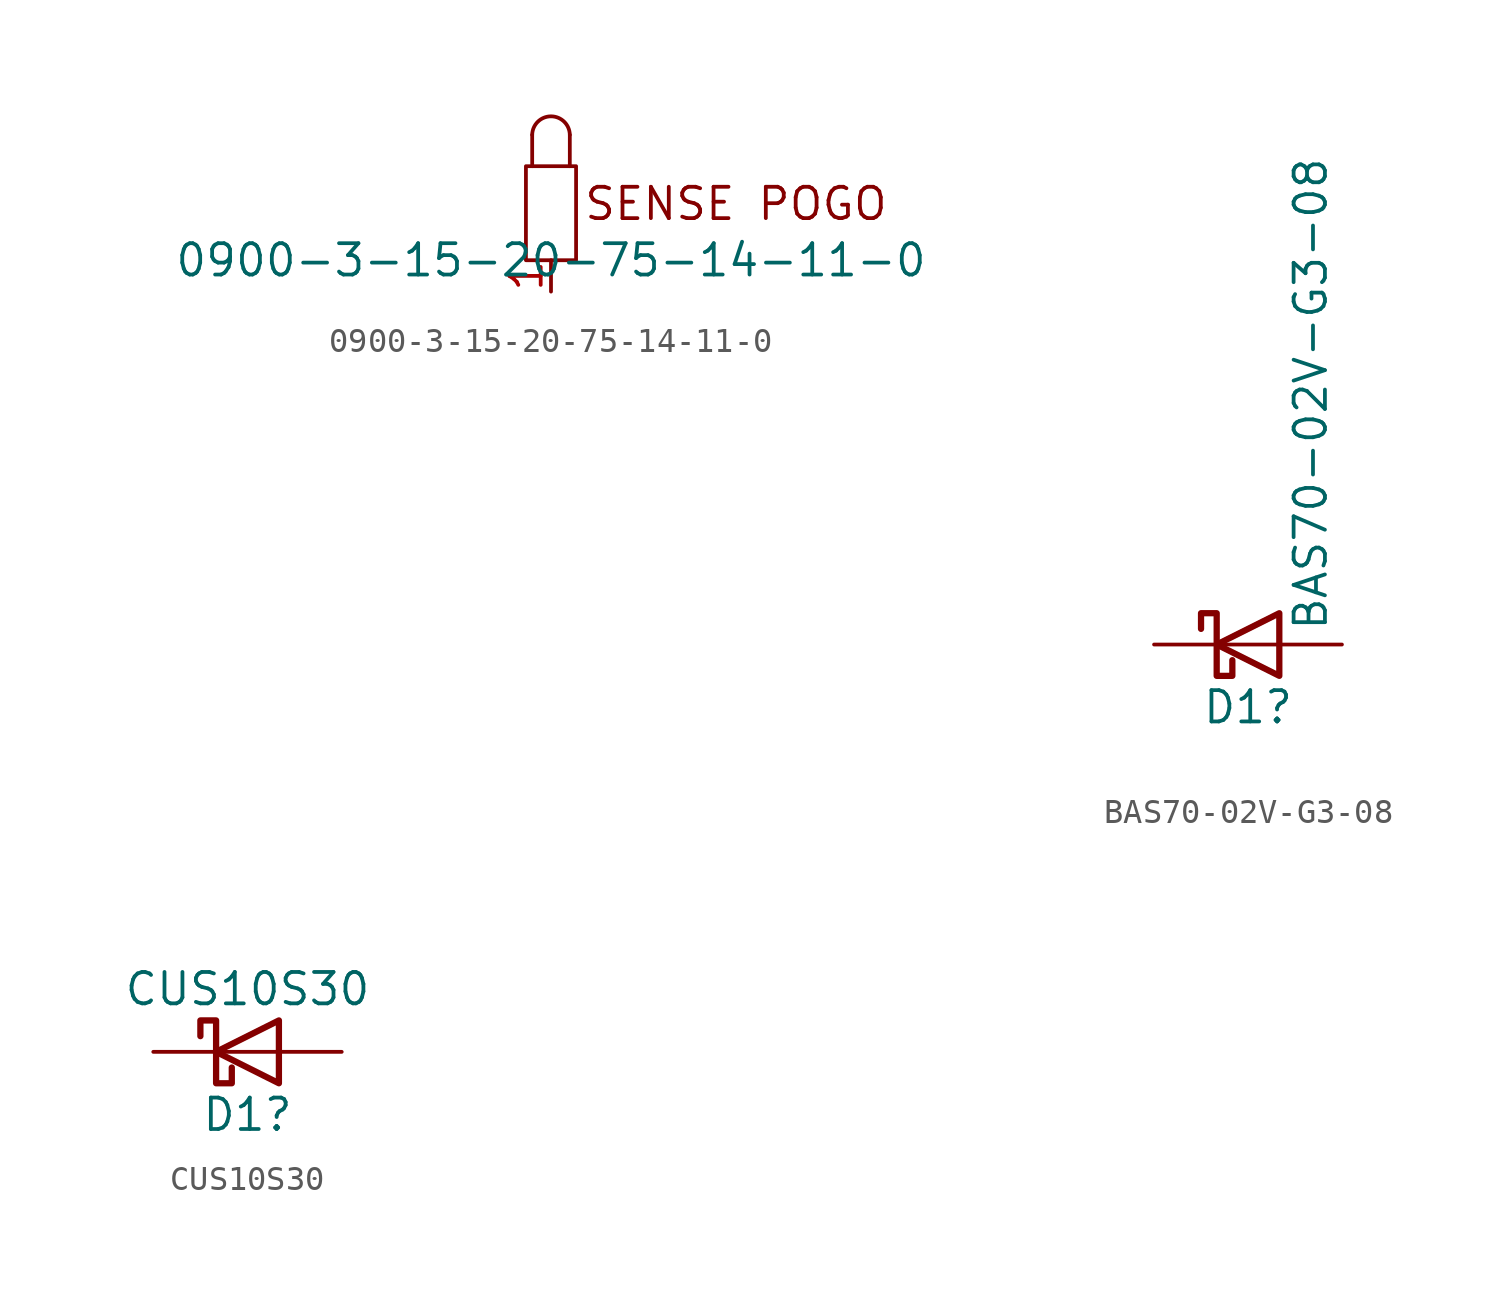
<source format=kicad_sym>
(kicad_symbol_lib
  (version 20231120)
  (generator "kicad_symbol_editor")
  (generator_version "8.0")
  (symbol "0900-3-15-20-75-14-11-0"
    (property "Reference" "U"
      (at 0 0 0)
      (effects (font (size 1.27 1.27)) (hide yes)))
    (property "Value" "0900-3-15-20-75-14-11-0"
      (at 0 0 0)
      (effects (font (size 1.27 1.27))))
    (symbol "0900-3-15-20-75-14-11-0_0_1"
      (rectangle (start -1.016 3.81) (end 1.016 0) (stroke (width 0) (type default)) (fill (type none)))
      (polyline (pts (xy -0.762 5.08) (xy -0.762 3.81)) (stroke (width 0) (type default)) (fill (type none)))
      (polyline (pts (xy 0.762 5.08) (xy 0.762 3.81)) (stroke (width 0) (type default)) (fill (type none)))
      (arc (start 0.762 5.08) (mid 0 5.8298) (end -0.762 5.08) (stroke (width 0) (type default)) (fill (type none))))
    (symbol "0900-3-15-20-75-14-11-0_1_1"
      (text "SENSE POGO" (at 7.493 2.286 0) (effects (font (size 1.27 1.27))))
      (pin passive line (at 0 -1.27 90) (length 1.27) (name "" (effects (font (size 1.27 1.27)))) (number "1" (effects (font (size 1.27 1.27)))))))
  (symbol "BAS70-02V-G3-08"
    (pin_numbers hide)
    (pin_names hide)
    (property "Reference" "D1"
      (at 0 -2.54 0)
      (effects (font (size 1.27 1.27))))
    (property "Value" "BAS70-02V-G3-08"
      (at 2.54 10.16 90)
      (do_not_autoplace)
      (effects (font (size 1.27 1.27))))
    (symbol "BAS70-02V-G3-08_0_1"
      (polyline (pts (xy 1.27 0) (xy -1.27 0)) (stroke (width 0) (type default)) (fill (type none)))
      (polyline (pts (xy 1.27 1.27) (xy 1.27 -1.27) (xy -1.27 0) (xy 1.27 1.27)) (stroke (width 0.254) (type default)) (fill (type none)))
      (polyline (pts (xy -1.905 0.635) (xy -1.905 1.27) (xy -1.27 1.27) (xy -1.27 -1.27) (xy -0.635 -1.27) (xy -0.635 -0.635)) (stroke (width 0.254) (type default)) (fill (type none))))
    (symbol "BAS70-02V-G3-08_1_1"
      (pin passive line (at 3.81 0 180) (length 2.54) (name "A" (effects (font (size 1.27 1.27)))) (number "0" (effects (font (size 1.27 1.27)))))
      (pin passive line (at -3.81 0 0) (length 2.54) (name "C" (effects (font (size 1.27 1.27)))) (number "1" (effects (font (size 1.27 1.27)))))))
  (symbol "CUS10S30"
    (pin_numbers hide)
    (pin_names hide)
    (property "Reference" "D1"
      (at 0 -2.54 0)
      (effects (font (size 1.27 1.27))))
    (property "Value" "CUS10S30"
      (at 0 2.54 0)
      (effects (font (size 1.27 1.27))))
    (symbol "CUS10S30_0_1"
      (polyline (pts (xy 1.27 0) (xy -1.27 0)) (stroke (width 0) (type default)) (fill (type none)))
      (polyline (pts (xy 1.27 1.27) (xy 1.27 -1.27) (xy -1.27 0) (xy 1.27 1.27)) (stroke (width 0.254) (type default)) (fill (type none)))
      (polyline (pts (xy -1.905 0.635) (xy -1.905 1.27) (xy -1.27 1.27) (xy -1.27 -1.27) (xy -0.635 -1.27) (xy -0.635 -0.635)) (stroke (width 0.254) (type default)) (fill (type none))))
    (symbol "CUS10S30_1_1"
      (pin passive line (at 3.81 0 180) (length 2.54) (name "A" (effects (font (size 1.27 1.27)))) (number "0" (effects (font (size 1.27 1.27)))))
      (pin passive line (at -3.81 0 0) (length 2.54) (name "K" (effects (font (size 1.27 1.27)))) (number "1" (effects (font (size 1.27 1.27))))))))
</source>
